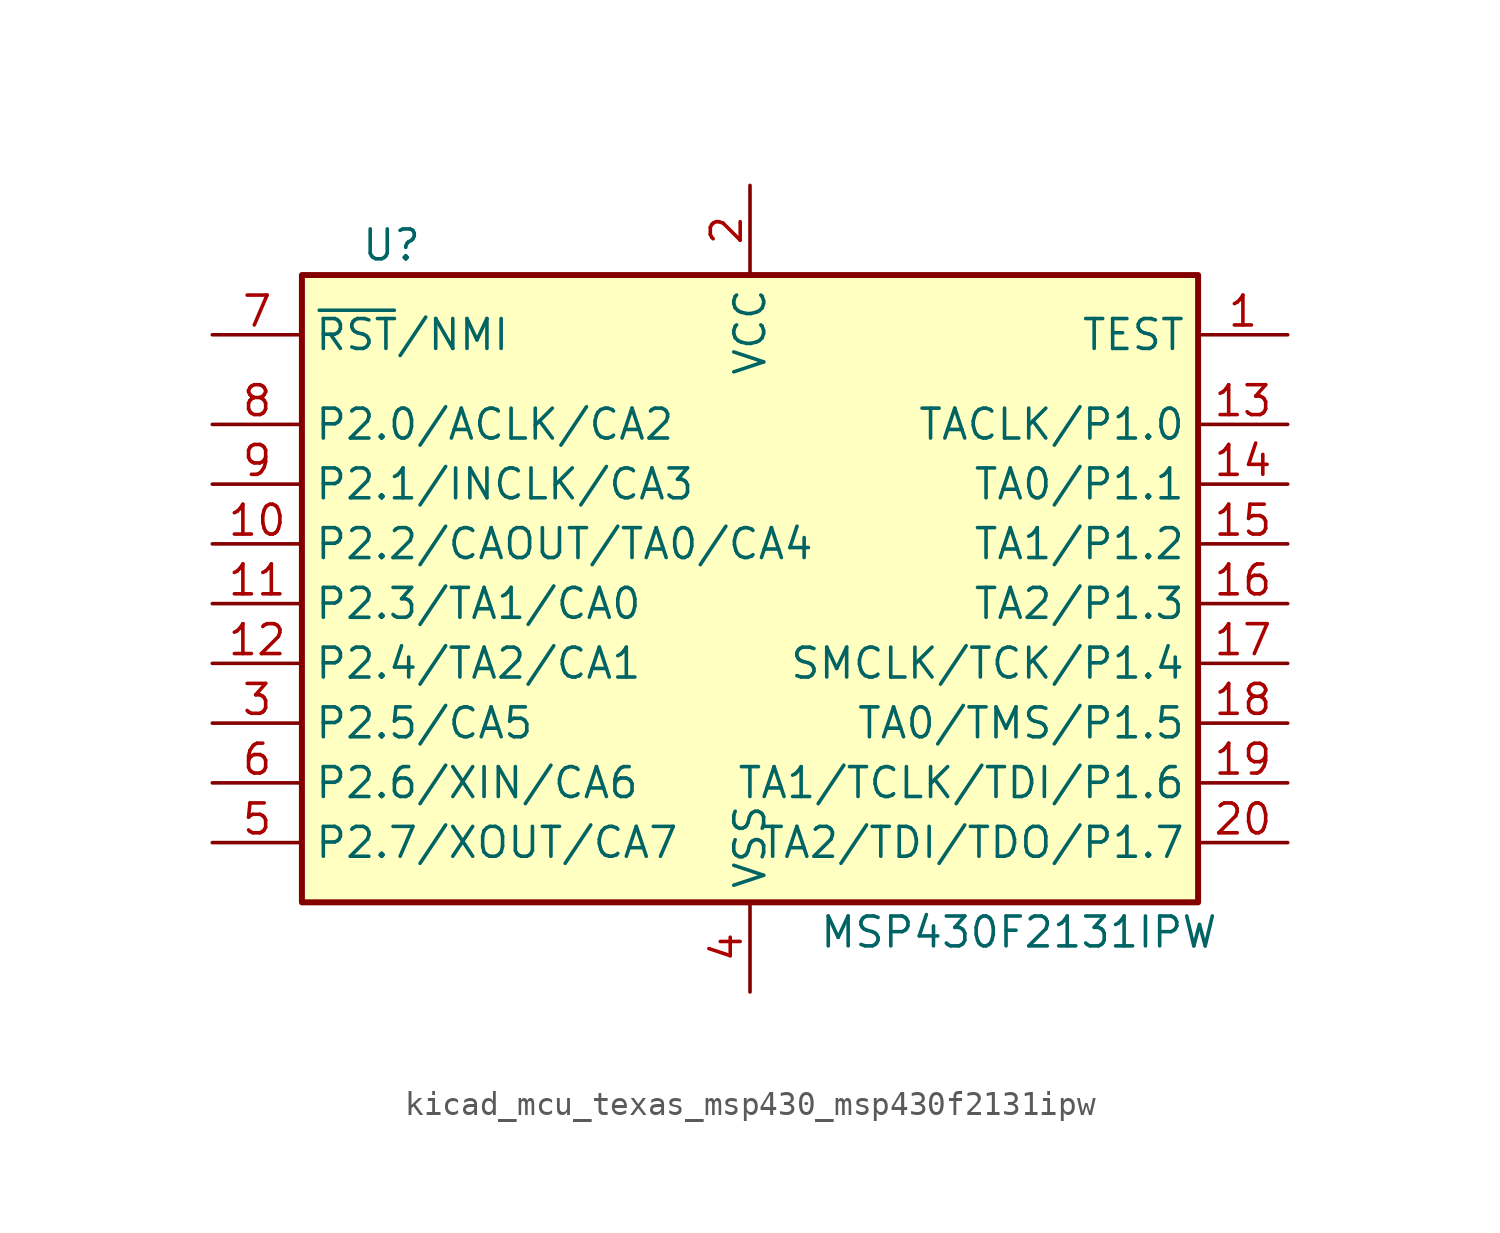
<source format=kicad_sym>
(kicad_symbol_lib
  (version 20220914)
  (generator kicad_symbol_editor)
  (symbol "kicad_mcu_texas_msp430_msp430f2131ipw"
    (property "Reference" "U"
      (at -15.24 15.24 0)
      (effects (font (size 1.27 1.27))))
    (property "Value" "MSP430F2131IPW"
      (at 11.43 -13.97 0)
      (effects (font (size 1.27 1.27))))
    (symbol "kicad_mcu_texas_msp430_msp430f2131ipw_0_1"
      (rectangle (start -19.05 13.97) (end 19.05 -12.7) (stroke (width 0.254) (type default)) (fill (type background))))
    (symbol "kicad_mcu_texas_msp430_msp430f2131ipw_1_1"
      (pin input line (at 22.86 11.43 180) (length 3.81) (name "TEST" (effects (font (size 1.27 1.27)))) (number "1" (effects (font (size 1.27 1.27)))))
      (pin bidirectional line (at -22.86 2.54 0) (length 3.81) (name "P2.2/CAOUT/TA0/CA4" (effects (font (size 1.27 1.27)))) (number "10" (effects (font (size 1.27 1.27)))))
      (pin bidirectional line (at -22.86 0 0) (length 3.81) (name "P2.3/TA1/CA0" (effects (font (size 1.27 1.27)))) (number "11" (effects (font (size 1.27 1.27)))))
      (pin bidirectional line (at -22.86 -2.54 0) (length 3.81) (name "P2.4/TA2/CA1" (effects (font (size 1.27 1.27)))) (number "12" (effects (font (size 1.27 1.27)))))
      (pin bidirectional line (at 22.86 7.62 180) (length 3.81) (name "TACLK/P1.0" (effects (font (size 1.27 1.27)))) (number "13" (effects (font (size 1.27 1.27)))))
      (pin bidirectional line (at 22.86 5.08 180) (length 3.81) (name "TA0/P1.1" (effects (font (size 1.27 1.27)))) (number "14" (effects (font (size 1.27 1.27)))))
      (pin bidirectional line (at 22.86 2.54 180) (length 3.81) (name "TA1/P1.2" (effects (font (size 1.27 1.27)))) (number "15" (effects (font (size 1.27 1.27)))))
      (pin bidirectional line (at 22.86 0 180) (length 3.81) (name "TA2/P1.3" (effects (font (size 1.27 1.27)))) (number "16" (effects (font (size 1.27 1.27)))))
      (pin bidirectional line (at 22.86 -2.54 180) (length 3.81) (name "SMCLK/TCK/P1.4" (effects (font (size 1.27 1.27)))) (number "17" (effects (font (size 1.27 1.27)))))
      (pin bidirectional line (at 22.86 -5.08 180) (length 3.81) (name "TA0/TMS/P1.5" (effects (font (size 1.27 1.27)))) (number "18" (effects (font (size 1.27 1.27)))))
      (pin bidirectional line (at 22.86 -7.62 180) (length 3.81) (name "TA1/TCLK/TDI/P1.6" (effects (font (size 1.27 1.27)))) (number "19" (effects (font (size 1.27 1.27)))))
      (pin power_in line (at 0 17.78 270) (length 3.81) (name "VCC" (effects (font (size 1.27 1.27)))) (number "2" (effects (font (size 1.27 1.27)))))
      (pin bidirectional line (at 22.86 -10.16 180) (length 3.81) (name "TA2/TDI/TDO/P1.7" (effects (font (size 1.27 1.27)))) (number "20" (effects (font (size 1.27 1.27)))))
      (pin bidirectional line (at -22.86 -5.08 0) (length 3.81) (name "P2.5/CA5" (effects (font (size 1.27 1.27)))) (number "3" (effects (font (size 1.27 1.27)))))
      (pin power_in line (at 0 -16.51 90) (length 3.81) (name "VSS" (effects (font (size 1.27 1.27)))) (number "4" (effects (font (size 1.27 1.27)))))
      (pin bidirectional line (at -22.86 -10.16 0) (length 3.81) (name "P2.7/XOUT/CA7" (effects (font (size 1.27 1.27)))) (number "5" (effects (font (size 1.27 1.27)))))
      (pin bidirectional line (at -22.86 -7.62 0) (length 3.81) (name "P2.6/XIN/CA6" (effects (font (size 1.27 1.27)))) (number "6" (effects (font (size 1.27 1.27)))))
      (pin input line (at -22.86 11.43 0) (length 3.81) (name "~{RST}/NMI" (effects (font (size 1.27 1.27)))) (number "7" (effects (font (size 1.27 1.27)))))
      (pin bidirectional line (at -22.86 7.62 0) (length 3.81) (name "P2.0/ACLK/CA2" (effects (font (size 1.27 1.27)))) (number "8" (effects (font (size 1.27 1.27)))))
      (pin bidirectional line (at -22.86 5.08 0) (length 3.81) (name "P2.1/INCLK/CA3" (effects (font (size 1.27 1.27)))) (number "9" (effects (font (size 1.27 1.27))))))))
</source>
